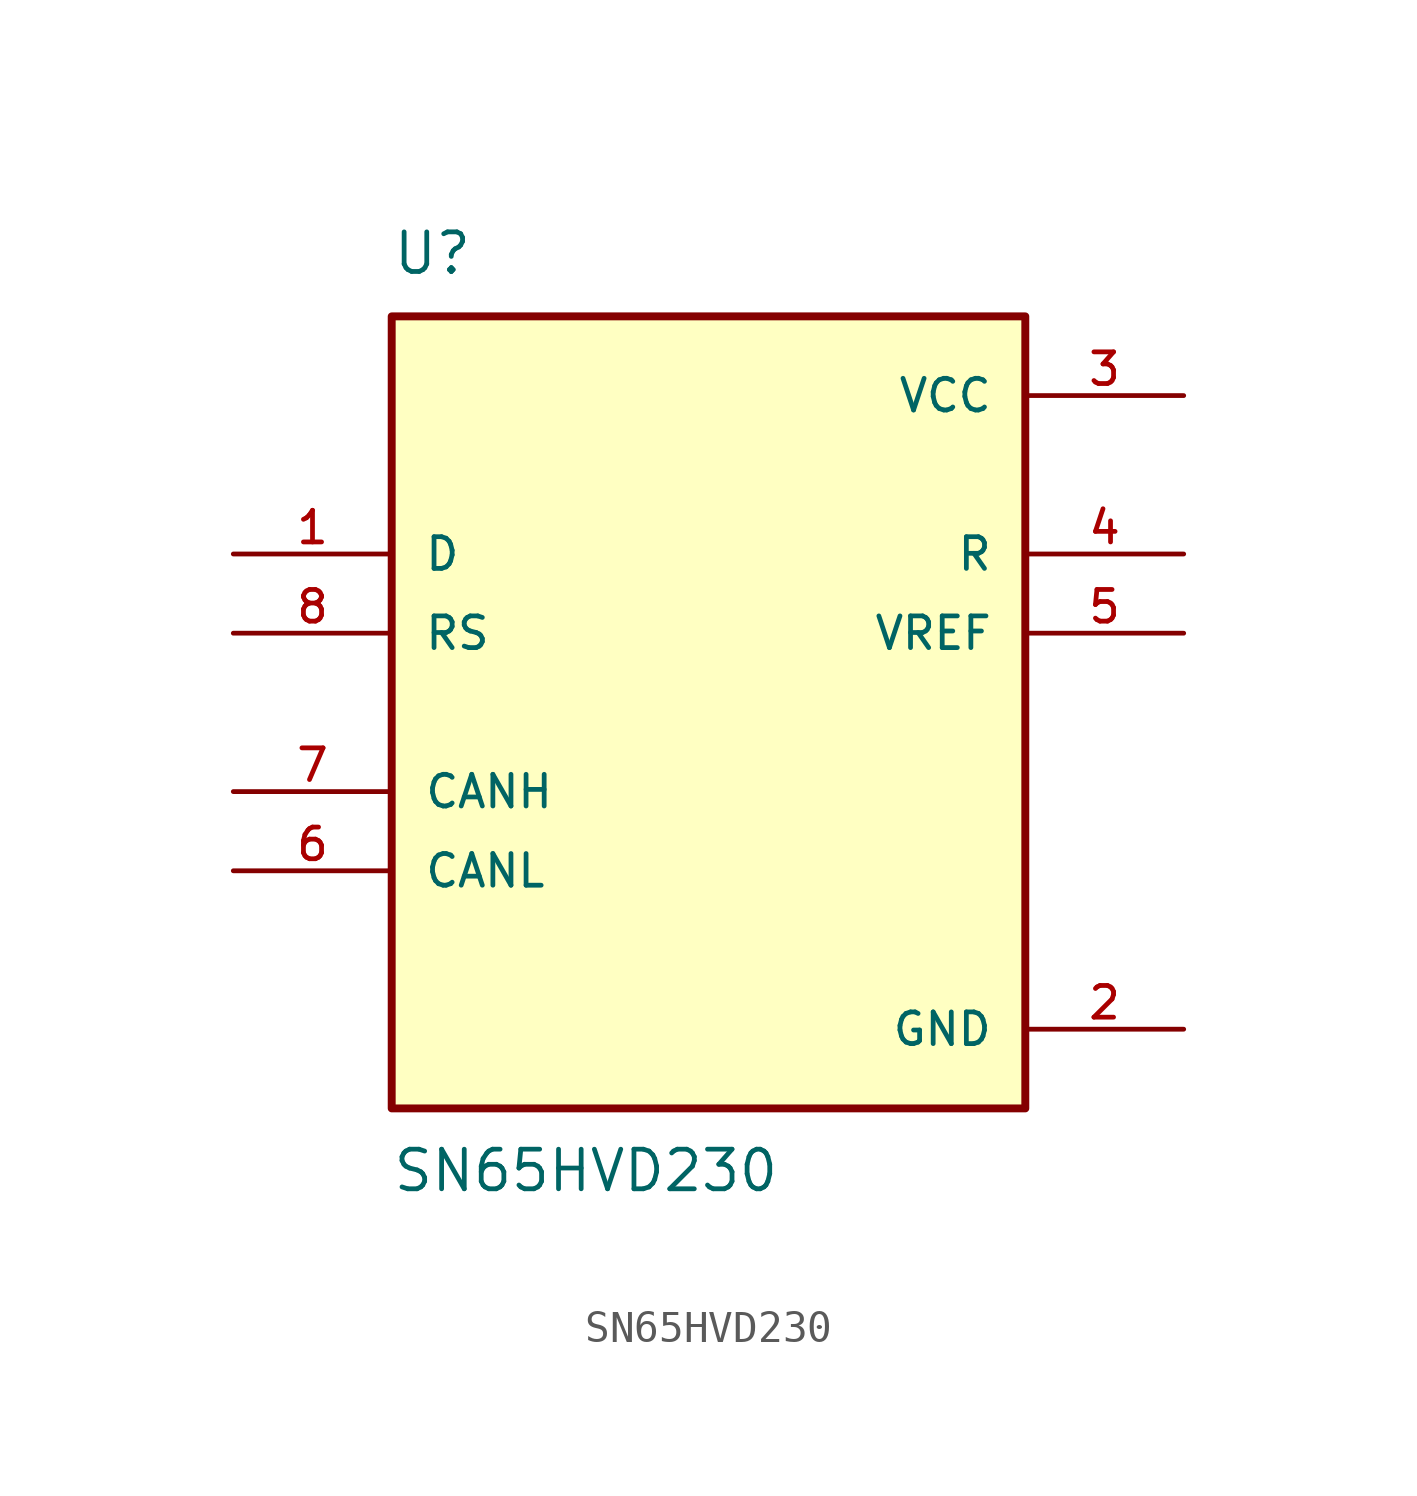
<source format=kicad_sym>
(kicad_symbol_lib
  (version 20211014)
  (generator kicad_symbol_editor)
  (symbol "SN65HVD230"
    (pin_names
      (offset 1.016))
    (property "Reference" "U"
      (at -10.164 13.977 0)
      (effects (font (size 1.27 1.27)) (justify bottom left)))
    (property "Value" "SN65HVD230"
      (at -10.171 -13.956 0)
      (effects (font (size 1.27 1.27)) (justify top left)))
    (symbol "SN65HVD230_0_0"
      (rectangle (start -10.16 -12.7) (end 10.16 12.7) (stroke (width 0.254)) (fill (type background)))
      (pin input line (at -15.24 5.08 0) (length 5.08) (name "D" (effects (font (size 1.016 1.016)))) (number "1" (effects (font (size 1.016 1.016)))))
      (pin power_in line (at 15.24 -10.16 180.0) (length 5.08) (name "GND" (effects (font (size 1.016 1.016)))) (number "2" (effects (font (size 1.016 1.016)))))
      (pin power_in line (at 15.24 10.16 180.0) (length 5.08) (name "VCC" (effects (font (size 1.016 1.016)))) (number "3" (effects (font (size 1.016 1.016)))))
      (pin output line (at 15.24 5.08 180.0) (length 5.08) (name "R" (effects (font (size 1.016 1.016)))) (number "4" (effects (font (size 1.016 1.016)))))
      (pin bidirectional line (at -15.24 -2.54 0) (length 5.08) (name "CANH" (effects (font (size 1.016 1.016)))) (number "7" (effects (font (size 1.016 1.016)))))
      (pin bidirectional line (at -15.24 -5.08 0) (length 5.08) (name "CANL" (effects (font (size 1.016 1.016)))) (number "6" (effects (font (size 1.016 1.016)))))
      (pin input line (at -15.24 2.54 0) (length 5.08) (name "RS" (effects (font (size 1.016 1.016)))) (number "8" (effects (font (size 1.016 1.016)))))
      (pin output line (at 15.24 2.54 180.0) (length 5.08) (name "VREF" (effects (font (size 1.016 1.016)))) (number "5" (effects (font (size 1.016 1.016))))))))
</source>
